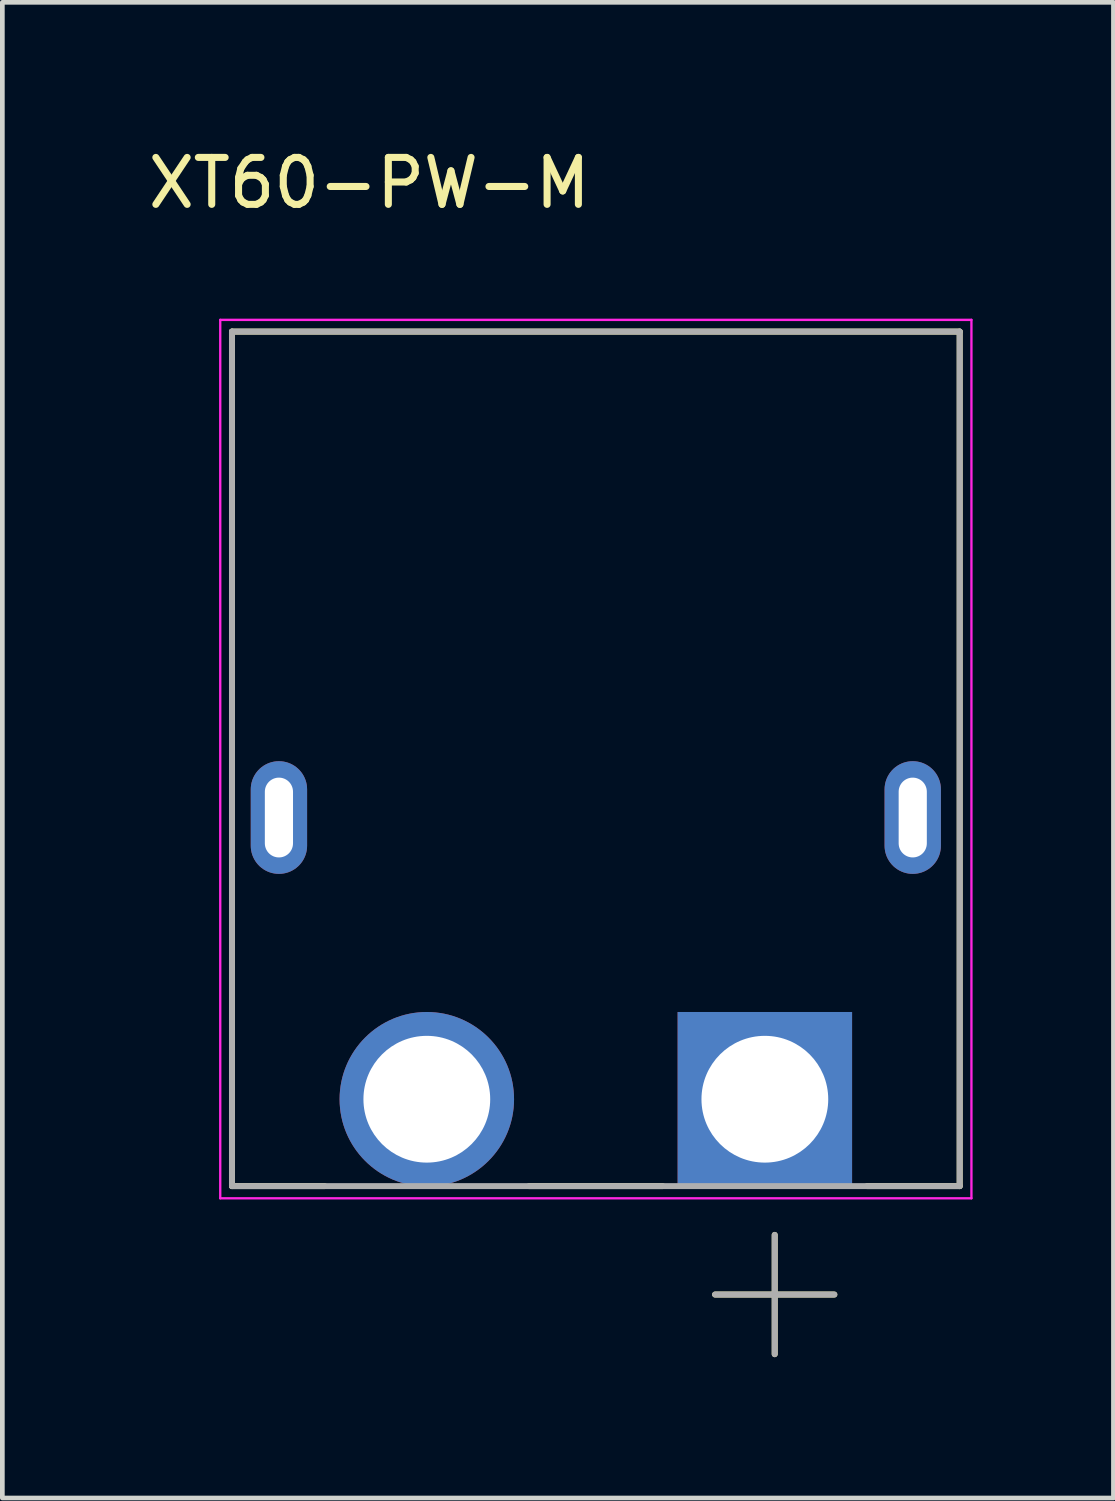
<source format=kicad_pcb>
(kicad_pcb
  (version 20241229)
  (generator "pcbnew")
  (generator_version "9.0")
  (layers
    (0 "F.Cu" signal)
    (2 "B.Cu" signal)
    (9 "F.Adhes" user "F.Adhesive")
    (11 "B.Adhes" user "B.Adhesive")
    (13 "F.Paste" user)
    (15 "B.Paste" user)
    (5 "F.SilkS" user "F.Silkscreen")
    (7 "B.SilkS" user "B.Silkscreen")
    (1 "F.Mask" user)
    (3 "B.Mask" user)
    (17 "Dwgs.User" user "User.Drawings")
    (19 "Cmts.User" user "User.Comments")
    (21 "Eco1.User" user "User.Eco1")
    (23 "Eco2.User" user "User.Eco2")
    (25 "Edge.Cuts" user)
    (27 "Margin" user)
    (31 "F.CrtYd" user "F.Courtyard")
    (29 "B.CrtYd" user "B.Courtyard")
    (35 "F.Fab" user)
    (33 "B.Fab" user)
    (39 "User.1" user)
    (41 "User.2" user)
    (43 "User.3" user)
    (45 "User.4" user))
  (footprint "XT60-PW-M"
    (layer "F.Cu")
    (at 9.641 14.363)
    (property "Reference" "XT60-PW-M" (at -4.824 -13.515 0) (layer "F.SilkS") (effects (font (size 1 1) (thickness 0.15))))
    (attr through_hole)
    (fp_line (start -7.75 -10.35) (end -7.75 7.85) (stroke (width 0.127) (type solid)) (layer "F.SilkS"))
    (fp_line (start -7.75 7.85) (end -5.778 7.85) (stroke (width 0.127) (type solid)) (layer "F.SilkS"))
    (fp_line (start -1.422 7.85) (end 1.422 7.85) (stroke (width 0.127) (type solid)) (layer "F.SilkS"))
    (fp_line (start 2.54 10.16) (end 3.81 10.16) (stroke (width 0.127) (type solid)) (layer "F.SilkS"))
    (fp_line (start 3.81 10.16) (end 3.81 8.89) (stroke (width 0.127) (type solid)) (layer "F.SilkS"))
    (fp_line (start 3.81 10.16) (end 3.81 11.43) (stroke (width 0.127) (type solid)) (layer "F.SilkS"))
    (fp_line (start 5.08 10.16) (end 3.81 10.16) (stroke (width 0.127) (type solid)) (layer "F.SilkS"))
    (fp_line (start 7.75 -10.35) (end -7.75 -10.35) (stroke (width 0.127) (type solid)) (layer "F.SilkS"))
    (fp_line (start 7.75 7.85) (end 5.778 7.85) (stroke (width 0.127) (type solid)) (layer "F.SilkS"))
    (fp_line (start 7.75 7.85) (end 7.75 -10.35) (stroke (width 0.127) (type solid)) (layer "F.SilkS"))
    (fp_line (start -8 -10.6) (end -8 8.11) (stroke (width 0.05) (type solid)) (layer "F.CrtYd"))
    (fp_line (start -8 8.11) (end 8 8.11) (stroke (width 0.05) (type solid)) (layer "F.CrtYd"))
    (fp_line (start 8 -10.6) (end -8 -10.6) (stroke (width 0.05) (type solid)) (layer "F.CrtYd"))
    (fp_line (start 8 8.11) (end 8 -10.6) (stroke (width 0.05) (type solid)) (layer "F.CrtYd"))
    (fp_line (start -7.75 -10.35) (end -7.75 7.85) (stroke (width 0.127) (type solid)) (layer "F.Fab"))
    (fp_line (start -7.75 7.85) (end 7.75 7.85) (stroke (width 0.127) (type solid)) (layer "F.Fab"))
    (fp_line (start 2.54 10.16) (end 3.81 10.16) (stroke (width 0.127) (type solid)) (layer "F.Fab"))
    (fp_line (start 3.81 10.16) (end 3.81 8.89) (stroke (width 0.127) (type solid)) (layer "F.Fab"))
    (fp_line (start 3.81 10.16) (end 3.81 11.43) (stroke (width 0.127) (type solid)) (layer "F.Fab"))
    (fp_line (start 5.08 10.16) (end 3.81 10.16) (stroke (width 0.127) (type solid)) (layer "F.Fab"))
    (fp_line (start 7.75 -10.35) (end -7.75 -10.35) (stroke (width 0.127) (type solid)) (layer "F.Fab"))
    (fp_line (start 7.75 7.85) (end 7.75 -10.35) (stroke (width 0.127) (type solid)) (layer "F.Fab"))
    (pad "1" thru_hole rect (at 3.6 6) (size 3.716 3.716) (drill 2.7) (layers "*.Cu" "*.Mask"))
    (pad "2" thru_hole circle (at -3.6 6) (size 3.716 3.716) (drill 2.7) (layers "*.Cu" "*.Mask"))
    (pad "S1" thru_hole oval (at 6.75 0) (size 1.2 2.4) (drill oval 0.6 1.7) (layers "*.Cu" "*.Mask"))
    (pad "S2" thru_hole oval (at -6.75 0) (size 1.2 2.4) (drill oval 0.6 1.7) (layers "*.Cu" "*.Mask")))
  (gr_rect
    (start -3 -3)
    (end 20.666 28.857)
    (stroke (width 0.1) (type default))
    (fill no)
    (layer "Edge.Cuts")))
</source>
